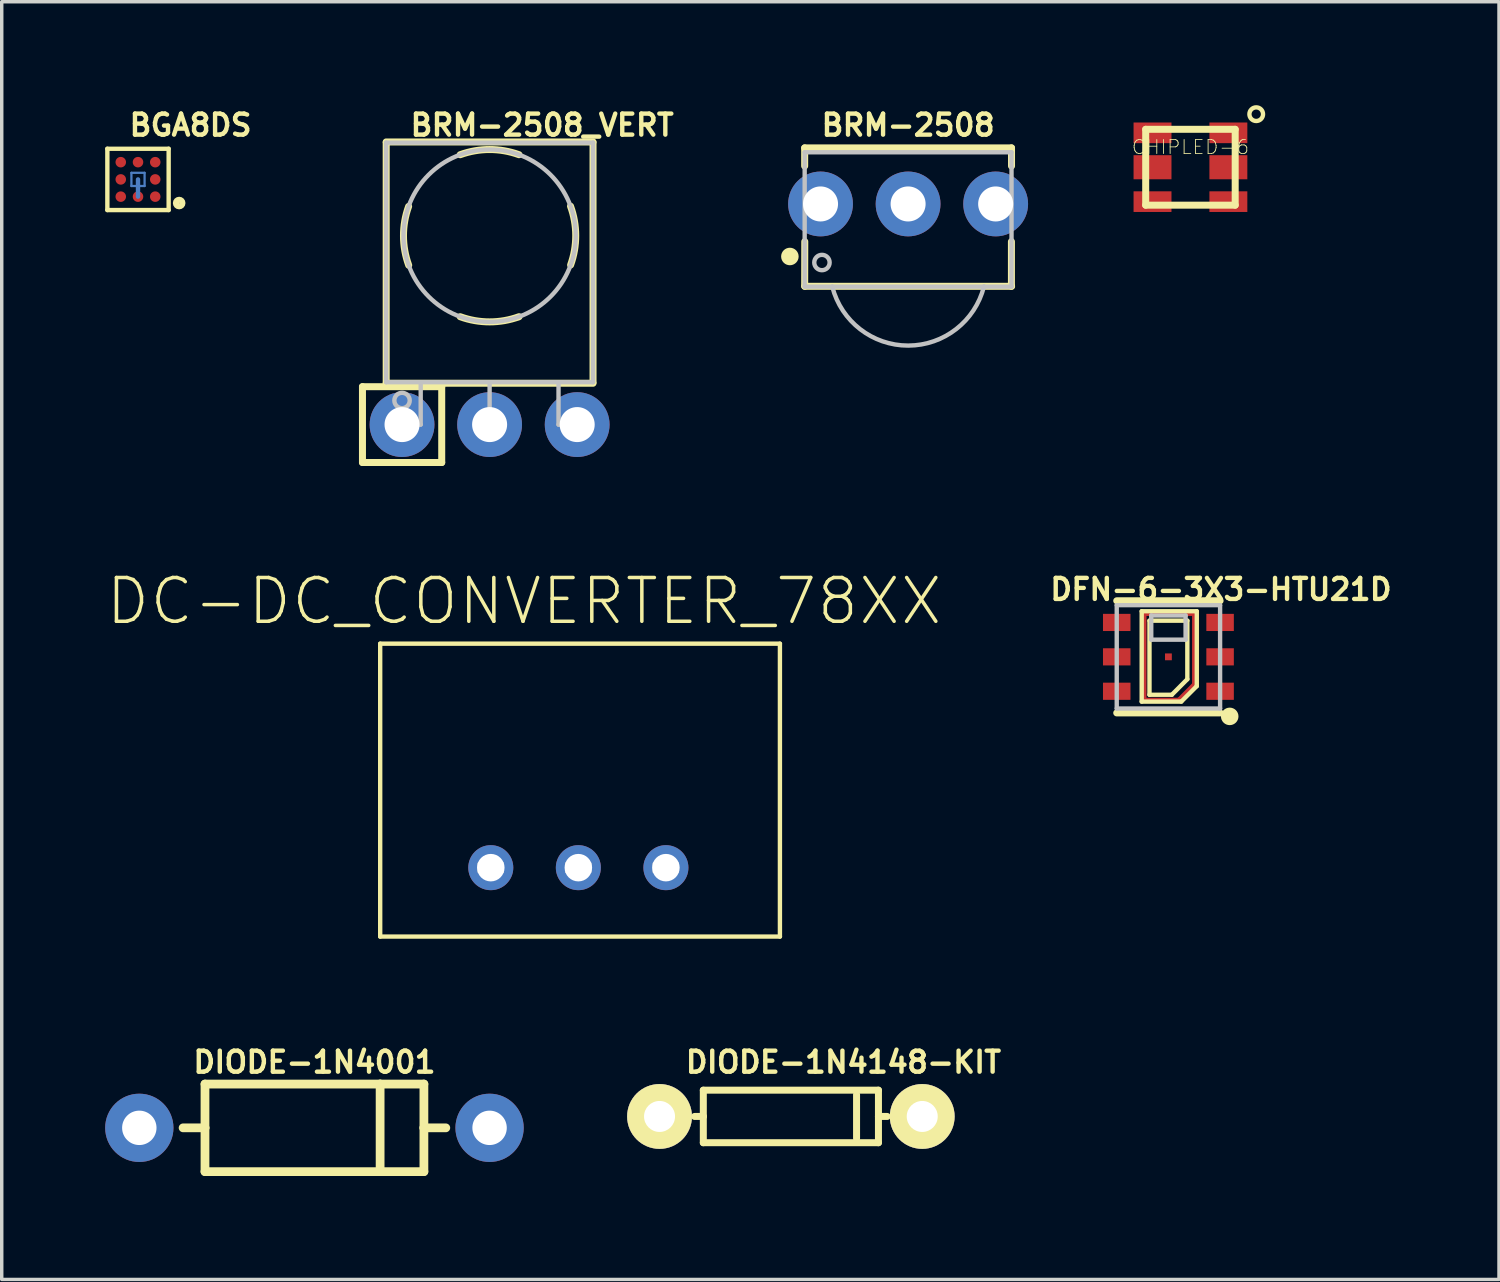
<source format=kicad_pcb>
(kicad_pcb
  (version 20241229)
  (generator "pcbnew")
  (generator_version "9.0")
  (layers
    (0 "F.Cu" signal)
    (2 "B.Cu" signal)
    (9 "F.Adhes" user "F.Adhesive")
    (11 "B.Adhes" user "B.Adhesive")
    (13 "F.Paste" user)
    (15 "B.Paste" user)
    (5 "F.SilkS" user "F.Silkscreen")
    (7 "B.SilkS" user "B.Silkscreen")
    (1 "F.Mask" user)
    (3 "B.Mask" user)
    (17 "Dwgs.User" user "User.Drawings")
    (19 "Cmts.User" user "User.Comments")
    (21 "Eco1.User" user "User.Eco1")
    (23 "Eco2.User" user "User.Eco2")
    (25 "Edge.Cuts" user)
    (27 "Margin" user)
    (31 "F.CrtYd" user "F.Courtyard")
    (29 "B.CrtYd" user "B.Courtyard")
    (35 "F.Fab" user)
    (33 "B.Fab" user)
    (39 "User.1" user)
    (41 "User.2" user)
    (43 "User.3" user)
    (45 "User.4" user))
  (footprint "BGA8DS"
    (layer "F.Cu")
    (at 0.953 2.154)
    (property "Reference" "BGA8DS" (at 1.524 -1.575 0) (layer "F.SilkS") (effects (font (size 0.61 0.61) (thickness 0.127))))
    (attr smd)
    (fp_line (start -0.191 -0.191) (end 0.191 -0.191) (stroke (width 0.066) (type solid)) (layer "B.Cu"))
    (fp_line (start -0.191 0.191) (end -0.191 -0.191) (stroke (width 0.066) (type solid)) (layer "B.Cu"))
    (fp_line (start -0.191 0.191) (end 0.191 0.191) (stroke (width 0.066) (type solid)) (layer "B.Cu"))
    (fp_line (start 0 0) (end 0 0.5) (stroke (width 0.127) (type solid)) (layer "B.Cu"))
    (fp_line (start 0.191 0.191) (end 0.191 -0.191) (stroke (width 0.066) (type solid)) (layer "B.Cu"))
    (fp_line (start -0.889 -0.889) (end 0.889 -0.889) (stroke (width 0.127) (type solid)) (layer "F.SilkS"))
    (fp_line (start -0.889 0.889) (end -0.889 -0.889) (stroke (width 0.127) (type solid)) (layer "F.SilkS"))
    (fp_line (start 0.889 -0.889) (end 0.889 0.889) (stroke (width 0.127) (type solid)) (layer "F.SilkS"))
    (fp_line (start 0.889 0.889) (end -0.889 0.889) (stroke (width 0.127) (type solid)) (layer "F.SilkS"))
    (fp_circle (center 1.194 0.686) (end 1.194 0.592) (stroke (width 0.178) (type solid)) (fill no) (layer "F.SilkS"))
    (pad "A1" smd circle (at 0.5 0.5) (size 0.305 0.305) (layers "F.Cu" "F.Mask" "F.Paste"))
    (pad "A2" smd circle (at 0 0.5) (size 0.305 0.305) (layers "F.Cu" "F.Mask" "F.Paste"))
    (pad "A3" smd circle (at -0.5 0.5) (size 0.305 0.305) (layers "F.Cu" "F.Mask" "F.Paste"))
    (pad "B1" smd circle (at 0.5 0) (size 0.305 0.305) (layers "F.Cu" "F.Mask" "F.Paste"))
    (pad "B3" smd circle (at -0.5 0) (size 0.305 0.305) (layers "F.Cu" "F.Mask" "F.Paste"))
    (pad "C1" smd circle (at 0.5 -0.5) (size 0.305 0.305) (layers "F.Cu" "F.Mask" "F.Paste"))
    (pad "C2" smd circle (at 0 -0.5) (size 0.305 0.305) (layers "F.Cu" "F.Mask" "F.Paste"))
    (pad "C3" smd circle (at -0.5 -0.5) (size 0.305 0.305) (layers "F.Cu" "F.Mask" "F.Paste")))
  (footprint "BRM-2508"
    (layer "F.Cu")
    (at 23.291 2.866)
    (property "Reference" "BRM-2508" (at 0 -2.286 0) (layer "F.SilkS") (effects (font (size 0.61 0.61) (thickness 0.127))))
    (attr exclude_from_pos_files exclude_from_bom)
    (fp_line (start -3 -1.626) (end -3 -1.1) (stroke (width 0.203) (type solid)) (layer "F.SilkS"))
    (fp_line (start -3 -1.626) (end 3 -1.626) (stroke (width 0.203) (type solid)) (layer "F.SilkS"))
    (fp_line (start -2.997 1.092) (end -3 2.388) (stroke (width 0.203) (type solid)) (layer "F.SilkS"))
    (fp_line (start -2.997 2.388) (end 3.002 2.388) (stroke (width 0.203) (type solid)) (layer "F.SilkS"))
    (fp_line (start 2.997 1.092) (end 2.997 2.388) (stroke (width 0.203) (type solid)) (layer "F.SilkS"))
    (fp_line (start 3 -1.626) (end 3 -1.1) (stroke (width 0.203) (type solid)) (layer "F.SilkS"))
    (fp_circle (center -3.429 1.524) (end -3.302 1.524) (stroke (width 0.254) (type solid)) (fill no) (layer "F.SilkS"))
    (fp_line (start -3 -1.499) (end -3 2.398) (stroke (width 0.127) (type solid)) (layer "Dwgs.User"))
    (fp_line (start -3 -1.499) (end 3 -1.499) (stroke (width 0.127) (type solid)) (layer "Dwgs.User"))
    (fp_line (start -3 2.398) (end -2.2 2.398) (stroke (width 0.127) (type solid)) (layer "Dwgs.User"))
    (fp_line (start -2.2 2.398) (end 2.2 2.398) (stroke (width 0.127) (type solid)) (layer "Dwgs.User"))
    (fp_line (start 2.2 2.398) (end 3 2.398) (stroke (width 0.127) (type solid)) (layer "Dwgs.User"))
    (fp_line (start 3 -1.499) (end 3 2.398) (stroke (width 0.127) (type solid)) (layer "Dwgs.User"))
    (fp_arc (start 2.19964 2.39776) (mid 0.003804 4.108466) (end -2.197755 2.40513) (stroke (width 0.127) (type solid)) (layer "Dwgs.User"))
    (fp_circle (center -2.499 1.699) (end -2.499 1.476) (stroke (width 0.127) (type solid)) (fill no) (layer "Dwgs.User"))
    (pad "1" thru_hole circle (at -2.54 0) (size 1.88 1.88) (drill 1.016) (layers "*.Cu" "*.Paste" "*.Mask"))
    (pad "2" thru_hole circle (at 0 0) (size 1.88 1.88) (drill 1.016) (layers "*.Cu" "*.Paste" "*.Mask"))
    (pad "3" thru_hole circle (at 2.54 0) (size 1.88 1.88) (drill 1.016) (layers "*.Cu" "*.Paste" "*.Mask")))
  (footprint "DIODE-1N4148-KIT"
    (layer "F.Cu")
    (at 19.891 29.335)
    (property "Reference" "DIODE-1N4148-KIT" (at 1.524 -1.575 0) (layer "F.SilkS") (effects (font (size 0.61 0.61) (thickness 0.127))))
    (attr exclude_from_pos_files exclude_from_bom)
    (fp_line (start -2.54 -0.762) (end 2.54 -0.762) (stroke (width 0.203) (type solid)) (layer "F.SilkS"))
    (fp_line (start -2.54 0) (end -2.794 0) (stroke (width 0.203) (type solid)) (layer "F.SilkS"))
    (fp_line (start -2.54 0) (end -2.54 -0.762) (stroke (width 0.203) (type solid)) (layer "F.SilkS"))
    (fp_line (start -2.54 0.762) (end -2.54 0) (stroke (width 0.203) (type solid)) (layer "F.SilkS"))
    (fp_line (start 1.905 -0.635) (end 1.905 0.635) (stroke (width 0.203) (type solid)) (layer "F.SilkS"))
    (fp_line (start 2.54 -0.762) (end 2.54 0) (stroke (width 0.203) (type solid)) (layer "F.SilkS"))
    (fp_line (start 2.54 0) (end 2.54 0.762) (stroke (width 0.203) (type solid)) (layer "F.SilkS"))
    (fp_line (start 2.54 0) (end 2.794 0) (stroke (width 0.203) (type solid)) (layer "F.SilkS"))
    (fp_line (start 2.54 0.762) (end -2.54 0.762) (stroke (width 0.203) (type solid)) (layer "F.SilkS"))
    (fp_circle (center -3.81 0) (end -3.81 -0.94) (stroke (width 0) (type solid)) (fill yes) (layer "F.SilkS"))
    (fp_circle (center -3.81 0) (end -3.81 -0.457) (stroke (width 0) (type solid)) (fill yes) (layer "F.SilkS"))
    (fp_circle (center -3.81 0) (end -3.81 -0.457) (stroke (width 0) (type solid)) (fill yes) (layer "F.SilkS"))
    (fp_circle (center 3.81 0) (end 3.81 -0.94) (stroke (width 0) (type solid)) (fill yes) (layer "F.SilkS"))
    (fp_circle (center 3.81 0) (end 3.81 -0.457) (stroke (width 0) (type solid)) (fill yes) (layer "F.SilkS"))
    (pad "A" thru_hole circle (at -3.81 0) (size 1.88 1.88) (drill 0.899) (layers "*.Cu" "*.Paste" "*.Mask"))
    (pad "C" thru_hole circle (at 3.81 0) (size 1.88 1.88) (drill 0.899) (layers "*.Cu" "*.Paste" "*.Mask")))
  (footprint "DFN-6-3X3-HTU21D"
    (layer "F.Cu")
    (at 30.842 16.003)
    (property "Reference" "DFN-6-3X3-HTU21D" (at 1.524 -1.956 0) (layer "F.SilkS") (effects (font (size 0.61 0.61) (thickness 0.127))))
    (attr smd)
    (fp_line (start -0.699 -1.25) (end 0.749 -1.25) (stroke (width 0.127) (type solid)) (layer "F.Cu"))
    (fp_line (start -0.699 1.25) (end -0.699 -1.25) (stroke (width 0.127) (type solid)) (layer "F.Cu"))
    (fp_line (start 0.3 1.25) (end -0.699 1.25) (stroke (width 0.127) (type solid)) (layer "F.Cu"))
    (fp_line (start 0.749 -1.25) (end 0.749 0.798) (stroke (width 0.127) (type solid)) (layer "F.Cu"))
    (fp_line (start 0.749 0.798) (end 0.3 1.25) (stroke (width 0.127) (type solid)) (layer "F.Cu"))
    (fp_line (start -1.499 -1.626) (end 1.499 -1.626) (stroke (width 0.203) (type solid)) (layer "F.SilkS"))
    (fp_line (start -0.775 -1.323) (end -0.775 1.298) (stroke (width 0.127) (type solid)) (layer "F.SilkS"))
    (fp_line (start -0.775 1.298) (end 0.373 1.298) (stroke (width 0.127) (type solid)) (layer "F.SilkS"))
    (fp_line (start -0.549 -1.049) (end 0.549 -1.049) (stroke (width 0.127) (type solid)) (layer "F.SilkS"))
    (fp_line (start -0.549 1.1) (end -0.549 -1.049) (stroke (width 0.127) (type solid)) (layer "F.SilkS"))
    (fp_line (start 0.099 1.1) (end -0.549 1.1) (stroke (width 0.127) (type solid)) (layer "F.SilkS"))
    (fp_line (start 0.373 1.298) (end 0.823 0.848) (stroke (width 0.127) (type solid)) (layer "F.SilkS"))
    (fp_line (start 0.549 -1.049) (end 0.549 0.648) (stroke (width 0.127) (type solid)) (layer "F.SilkS"))
    (fp_line (start 0.549 0.648) (end 0.099 1.1) (stroke (width 0.127) (type solid)) (layer "F.SilkS"))
    (fp_line (start 0.823 -1.323) (end -0.775 -1.323) (stroke (width 0.127) (type solid)) (layer "F.SilkS"))
    (fp_line (start 0.823 0.848) (end 0.823 -1.323) (stroke (width 0.127) (type solid)) (layer "F.SilkS"))
    (fp_line (start 1.499 1.626) (end -1.499 1.626) (stroke (width 0.203) (type solid)) (layer "F.SilkS"))
    (fp_circle (center 1.778 1.727) (end 1.778 1.473) (stroke (width 0) (type solid)) (fill yes) (layer "F.SilkS"))
    (fp_line (start -1.499 -1.499) (end -1.499 1.499) (stroke (width 0.127) (type solid)) (layer "Dwgs.User"))
    (fp_line (start -0.498 -1.199) (end 0.498 -1.199) (stroke (width 0.127) (type solid)) (layer "Dwgs.User"))
    (fp_line (start -0.498 -0.498) (end -0.498 -1.199) (stroke (width 0.127) (type solid)) (layer "Dwgs.User"))
    (fp_line (start 0.498 -1.199) (end 0.498 -0.498) (stroke (width 0.127) (type solid)) (layer "Dwgs.User"))
    (fp_line (start 0.498 -0.498) (end -0.498 -0.498) (stroke (width 0.127) (type solid)) (layer "Dwgs.User"))
    (fp_line (start 1.499 -1.499) (end -1.499 -1.499) (stroke (width 0.127) (type solid)) (layer "Dwgs.User"))
    (fp_line (start 1.499 -1.499) (end 1.499 1.499) (stroke (width 0.127) (type solid)) (layer "Dwgs.User"))
    (fp_line (start 1.499 1.499) (end -1.499 1.499) (stroke (width 0.127) (type solid)) (layer "Dwgs.User"))
    (pad "7" smd rect (at 0 0) (size 0.198 0.198) (layers "F.Cu" "F.Mask" "F.Paste"))
    (pad "DATA" smd rect (at 1.499 0.998 270) (size 0.498 0.798) (layers "F.Cu" "F.Mask" "F.Paste"))
    (pad "GND" smd rect (at 1.499 0 270) (size 0.498 0.798) (layers "F.Cu" "F.Mask" "F.Paste"))
    (pad "NC@1" smd rect (at -1.499 -0.998 270) (size 0.498 0.798) (layers "F.Cu" "F.Mask" "F.Paste"))
    (pad "NC@6" smd rect (at 1.499 -0.998 270) (size 0.498 0.798) (layers "F.Cu" "F.Mask" "F.Paste"))
    (pad "SCK" smd rect (at -1.499 0.998 270) (size 0.498 0.798) (layers "F.Cu" "F.Mask" "F.Paste"))
    (pad "VDD" smd rect (at -1.499 0 270) (size 0.498 0.798) (layers "F.Cu" "F.Mask" "F.Paste")))
  (footprint "CHIPLED-6"
    (layer "F.Cu")
    (at 31.481 1.801)
    (property "Reference" "CHIPLED-6" (at 0 -0.584 0) (layer "F.SilkS") (effects (font (size 0.406 0.406) (thickness 0.025))))
    (attr smd)
    (fp_line (start -1.298 -1.1) (end -1.298 1.1) (stroke (width 0.203) (type solid)) (layer "F.SilkS"))
    (fp_line (start -1.298 -1.1) (end 1.298 -1.1) (stroke (width 0.203) (type solid)) (layer "F.SilkS"))
    (fp_line (start -1.298 1.1) (end 1.298 1.1) (stroke (width 0.203) (type solid)) (layer "F.SilkS"))
    (fp_line (start 1.298 -1.1) (end 1.298 1.1) (stroke (width 0.203) (type solid)) (layer "F.SilkS"))
    (fp_circle (center 1.908 -1.539) (end 1.908 -1.737) (stroke (width 0.127) (type solid)) (fill no) (layer "F.SilkS"))
    (pad "P1" smd rect (at 1.1 -0.998) (size 1.1 0.599) (layers "F.Cu" "F.Mask" "F.Paste"))
    (pad "P2" smd rect (at -1.1 -0.998) (size 1.1 0.599) (layers "F.Cu" "F.Mask" "F.Paste"))
    (pad "P3" smd rect (at -1.1 0) (size 1.1 0.699) (layers "F.Cu" "F.Mask" "F.Paste"))
    (pad "P4" smd rect (at -1.1 0.998) (size 1.1 0.599) (layers "F.Cu" "F.Mask" "F.Paste"))
    (pad "P5" smd rect (at 1.1 0.998) (size 1.1 0.599) (layers "F.Cu" "F.Mask" "F.Paste"))
    (pad "P6" smd rect (at 1.1 0) (size 1.1 0.699) (layers "F.Cu" "F.Mask" "F.Paste")))
  (footprint "DIODE-1N4001"
    (layer "F.Cu")
    (at 6.071 29.665)
    (property "Reference" "DIODE-1N4001" (at 0 -1.905 0) (layer "F.SilkS") (effects (font (size 0.61 0.61) (thickness 0.127))))
    (attr exclude_from_pos_files exclude_from_bom)
    (fp_line (start -3.175 -1.27) (end -3.175 0) (stroke (width 0.254) (type solid)) (layer "F.SilkS"))
    (fp_line (start -3.175 0) (end -3.81 0) (stroke (width 0.254) (type solid)) (layer "F.SilkS"))
    (fp_line (start -3.175 0) (end -3.175 1.27) (stroke (width 0.254) (type solid)) (layer "F.SilkS"))
    (fp_line (start -3.175 1.27) (end 1.905 1.27) (stroke (width 0.254) (type solid)) (layer "F.SilkS"))
    (fp_line (start 1.905 -1.27) (end -3.175 -1.27) (stroke (width 0.254) (type solid)) (layer "F.SilkS"))
    (fp_line (start 1.905 -1.27) (end 1.905 1.27) (stroke (width 0.254) (type solid)) (layer "F.SilkS"))
    (fp_line (start 1.905 1.27) (end 3.175 1.27) (stroke (width 0.254) (type solid)) (layer "F.SilkS"))
    (fp_line (start 3.175 -1.27) (end 1.905 -1.27) (stroke (width 0.254) (type solid)) (layer "F.SilkS"))
    (fp_line (start 3.175 0) (end 3.175 -1.27) (stroke (width 0.254) (type solid)) (layer "F.SilkS"))
    (fp_line (start 3.175 0) (end 3.81 0) (stroke (width 0.254) (type solid)) (layer "F.SilkS"))
    (fp_line (start 3.175 1.27) (end 3.175 0) (stroke (width 0.254) (type solid)) (layer "F.SilkS"))
    (pad "A" thru_hole circle (at -5.08 0) (size 1.981 1.981) (drill 0.998) (layers "*.Cu" "*.Paste" "*.Mask"))
    (pad "C" thru_hole circle (at 5.08 0) (size 1.981 1.981) (drill 0.998) (layers "*.Cu" "*.Paste" "*.Mask")))
  (footprint "DC-DC_CONVERTER_78XX"
    (layer "F.Cu")
    (at 13.726 22.118)
    (property "Reference" "DC-DC_CONVERTER_78XX" (at -1.575 -7.729 0) (layer "F.SilkS") (effects (font (size 1.27 1.27) (thickness 0.102))))
    (attr exclude_from_pos_files exclude_from_bom)
    (fp_line (start -5.748 -6.497) (end -5.748 1.999) (stroke (width 0.127) (type solid)) (layer "F.SilkS"))
    (fp_line (start -5.748 1.999) (end 5.847 1.999) (stroke (width 0.127) (type solid)) (layer "F.SilkS"))
    (fp_line (start 5.847 -6.497) (end -5.748 -6.497) (stroke (width 0.127) (type solid)) (layer "F.SilkS"))
    (fp_line (start 5.847 1.999) (end 5.847 -6.497) (stroke (width 0.127) (type solid)) (layer "F.SilkS"))
    (fp_line (start -2.891 -0.122) (end -2.189 -0.122) (stroke (width 0.066) (type solid)) (layer "Dwgs.User"))
    (fp_line (start -2.891 0.124) (end -2.891 -0.122) (stroke (width 0.066) (type solid)) (layer "Dwgs.User"))
    (fp_line (start -2.891 0.124) (end -2.189 0.124) (stroke (width 0.066) (type solid)) (layer "Dwgs.User"))
    (fp_line (start -2.189 0.124) (end -2.189 -0.122) (stroke (width 0.066) (type solid)) (layer "Dwgs.User"))
    (fp_line (start -0.351 -0.122) (end 0.348 -0.122) (stroke (width 0.066) (type solid)) (layer "Dwgs.User"))
    (fp_line (start -0.351 0.124) (end -0.351 -0.122) (stroke (width 0.066) (type solid)) (layer "Dwgs.User"))
    (fp_line (start -0.351 0.124) (end 0.348 0.124) (stroke (width 0.066) (type solid)) (layer "Dwgs.User"))
    (fp_line (start 0.348 0.124) (end 0.348 -0.122) (stroke (width 0.066) (type solid)) (layer "Dwgs.User"))
    (fp_line (start 2.187 -0.122) (end 2.888 -0.122) (stroke (width 0.066) (type solid)) (layer "Dwgs.User"))
    (fp_line (start 2.187 0.124) (end 2.187 -0.122) (stroke (width 0.066) (type solid)) (layer "Dwgs.User"))
    (fp_line (start 2.187 0.124) (end 2.888 0.124) (stroke (width 0.066) (type solid)) (layer "Dwgs.User"))
    (fp_line (start 2.888 0.124) (end 2.888 -0.122) (stroke (width 0.066) (type solid)) (layer "Dwgs.User"))
    (pad "GND" thru_hole circle (at 0 0) (size 1.306 1.306) (drill 0.798) (layers "*.Cu" "*.Paste" "*.Mask"))
    (pad "VIN" thru_hole circle (at -2.54 0) (size 1.306 1.306) (drill 0.798) (layers "*.Cu" "*.Paste" "*.Mask"))
    (pad "VOUT" thru_hole circle (at 2.54 0) (size 1.306 1.306) (drill 0.798) (layers "*.Cu" "*.Paste" "*.Mask")))
  (footprint "BRM-2508_VERT"
    (layer "F.Cu")
    (at 11.152 9.266)
    (property "Reference" "BRM-2508_VERT" (at 1.524 -8.687 0) (layer "F.SilkS") (effects (font (size 0.61 0.61) (thickness 0.127))))
    (attr exclude_from_pos_files exclude_from_bom)
    (fp_line (start -3.688 -1.1) (end -3.688 1.1) (stroke (width 0.203) (type solid)) (layer "F.SilkS"))
    (fp_line (start -3 -8.199) (end 3 -8.199) (stroke (width 0.203) (type solid)) (layer "F.SilkS"))
    (fp_line (start -3 -8.179) (end -3 -1.229) (stroke (width 0.203) (type solid)) (layer "F.SilkS"))
    (fp_line (start -3 -1.199) (end 3 -1.199) (stroke (width 0.203) (type solid)) (layer "F.SilkS"))
    (fp_line (start -1.389 -1.1) (end -3.688 -1.1) (stroke (width 0.203) (type solid)) (layer "F.SilkS"))
    (fp_line (start -1.389 -1.1) (end -1.389 1.1) (stroke (width 0.203) (type solid)) (layer "F.SilkS"))
    (fp_line (start -1.389 1.1) (end -3.688 1.1) (stroke (width 0.203) (type solid)) (layer "F.SilkS"))
    (fp_line (start 3 -8.179) (end 3 -1.229) (stroke (width 0.203) (type solid)) (layer "F.SilkS"))
    (fp_arc (start -2.34696 -4.6228) (mid -2.498181 -5.47495) (end -2.349574 -6.327559) (stroke (width 0.2032) (type solid)) (layer "F.SilkS"))
    (fp_arc (start -0.85344 -7.82828) (mid -0.000577 -7.978482) (end 0.852356 -7.828673) (stroke (width 0.2032) (type solid)) (layer "F.SilkS"))
    (fp_arc (start 0.85344 -3.12928) (mid 0.000577 -2.979078) (end -0.852356 -3.128887) (stroke (width 0.2032) (type solid)) (layer "F.SilkS"))
    (fp_arc (start 2.34696 -6.33476) (mid 2.498181 -5.48261) (end 2.349574 -4.630001) (stroke (width 0.2032) (type solid)) (layer "F.SilkS"))
    (fp_line (start -3 -8.179) (end -3 -1.229) (stroke (width 0.127) (type solid)) (layer "Dwgs.User"))
    (fp_line (start -3 -8.179) (end 3 -8.179) (stroke (width 0.127) (type solid)) (layer "Dwgs.User"))
    (fp_line (start -3 -1.229) (end 3 -1.229) (stroke (width 0.127) (type solid)) (layer "Dwgs.User"))
    (fp_line (start -2.794 -0.254) (end -2.286 -0.254) (stroke (width 0.066) (type solid)) (layer "Dwgs.User"))
    (fp_line (start -2.794 0.254) (end -2.794 -0.254) (stroke (width 0.066) (type solid)) (layer "Dwgs.User"))
    (fp_line (start -2.794 0.254) (end -2.286 0.254) (stroke (width 0.066) (type solid)) (layer "Dwgs.User"))
    (fp_line (start -2.499 0) (end -1.999 0) (stroke (width 0.127) (type solid)) (layer "Dwgs.User"))
    (fp_line (start -2.286 0.254) (end -2.286 -0.254) (stroke (width 0.066) (type solid)) (layer "Dwgs.User"))
    (fp_line (start -1.999 0) (end -1.999 -1.199) (stroke (width 0.127) (type solid)) (layer "Dwgs.User"))
    (fp_line (start -0.254 -0.254) (end 0.254 -0.254) (stroke (width 0.066) (type solid)) (layer "Dwgs.User"))
    (fp_line (start -0.254 0.254) (end -0.254 -0.254) (stroke (width 0.066) (type solid)) (layer "Dwgs.User"))
    (fp_line (start -0.254 0.254) (end 0.254 0.254) (stroke (width 0.066) (type solid)) (layer "Dwgs.User"))
    (fp_line (start 0 -1.199) (end 0 0) (stroke (width 0.127) (type solid)) (layer "Dwgs.User"))
    (fp_line (start 0.254 0.254) (end 0.254 -0.254) (stroke (width 0.066) (type solid)) (layer "Dwgs.User"))
    (fp_line (start 1.999 0) (end 1.999 -1.199) (stroke (width 0.127) (type solid)) (layer "Dwgs.User"))
    (fp_line (start 2.286 -0.254) (end 2.794 -0.254) (stroke (width 0.066) (type solid)) (layer "Dwgs.User"))
    (fp_line (start 2.286 0.254) (end 2.286 -0.254) (stroke (width 0.066) (type solid)) (layer "Dwgs.User"))
    (fp_line (start 2.286 0.254) (end 2.794 0.254) (stroke (width 0.066) (type solid)) (layer "Dwgs.User"))
    (fp_line (start 2.499 0) (end 1.999 0) (stroke (width 0.127) (type solid)) (layer "Dwgs.User"))
    (fp_line (start 2.794 0.254) (end 2.794 -0.254) (stroke (width 0.066) (type solid)) (layer "Dwgs.User"))
    (fp_line (start 3 -8.179) (end 3 -1.229) (stroke (width 0.127) (type solid)) (layer "Dwgs.User"))
    (fp_circle (center -2.54 -0.699) (end -2.54 -0.922) (stroke (width 0.127) (type solid)) (fill no) (layer "Dwgs.User"))
    (fp_circle (center 0 -5.479) (end 0 -7.978) (stroke (width 0.127) (type solid)) (fill no) (layer "Dwgs.User"))
    (pad "1" thru_hole circle (at -2.54 0) (size 1.88 1.88) (drill 1.016) (layers "*.Cu" "*.Paste" "*.Mask"))
    (pad "2" thru_hole circle (at 0 0) (size 1.88 1.88) (drill 1.016) (layers "*.Cu" "*.Paste" "*.Mask"))
    (pad "3" thru_hole circle (at 2.54 0) (size 1.88 1.88) (drill 1.016) (layers "*.Cu" "*.Paste" "*.Mask")))
  (gr_rect
    (start -3 -3)
    (end 40.431 34.062)
    (stroke (width 0.1) (type default))
    (fill no)
    (layer "Edge.Cuts")))
</source>
